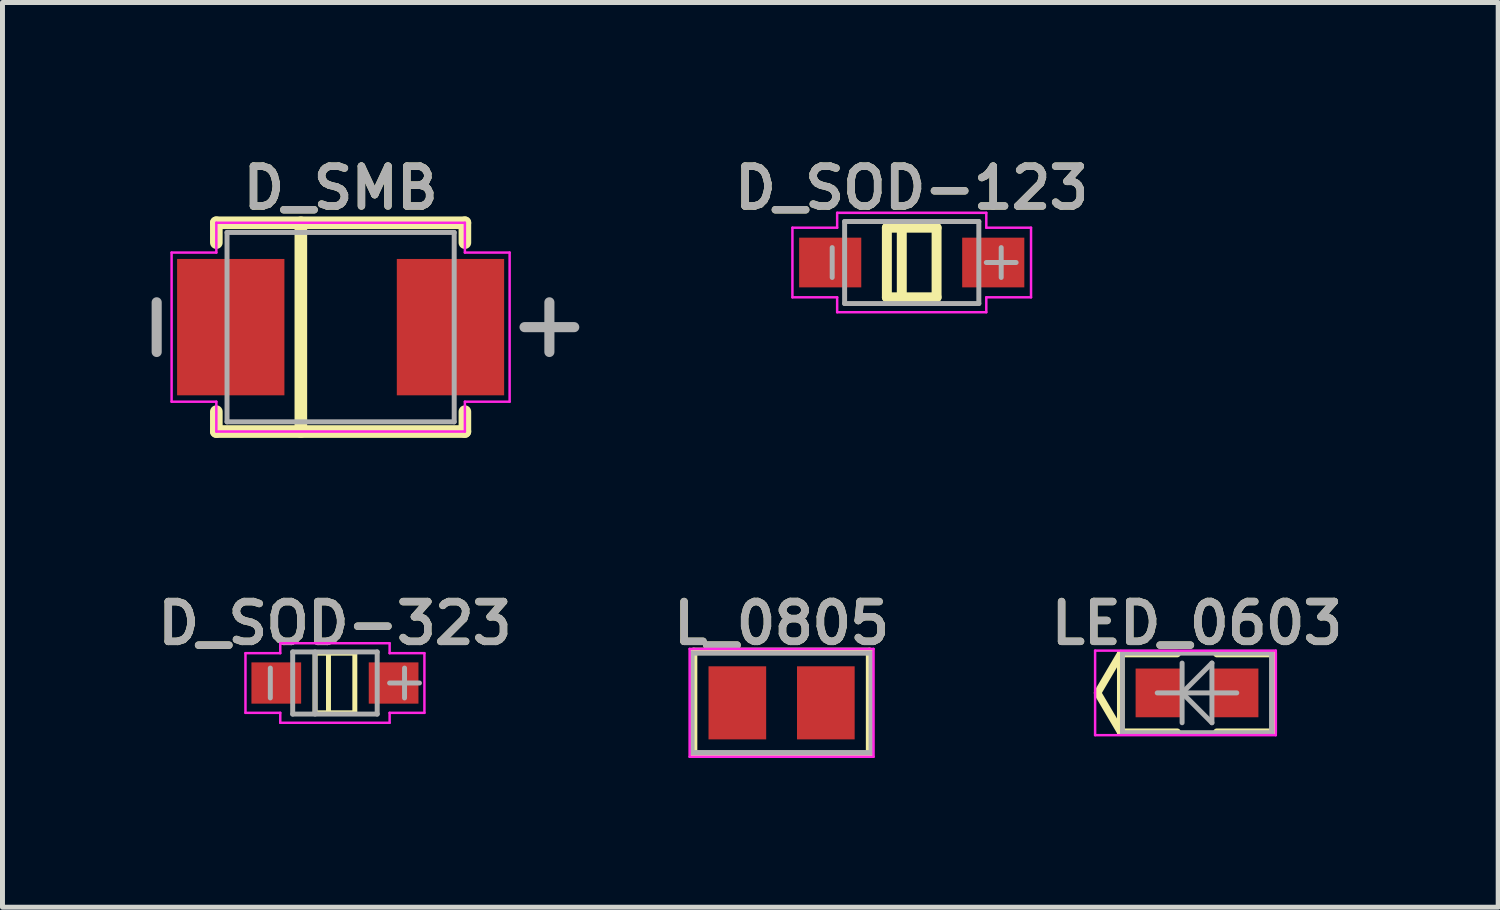
<source format=kicad_pcb>
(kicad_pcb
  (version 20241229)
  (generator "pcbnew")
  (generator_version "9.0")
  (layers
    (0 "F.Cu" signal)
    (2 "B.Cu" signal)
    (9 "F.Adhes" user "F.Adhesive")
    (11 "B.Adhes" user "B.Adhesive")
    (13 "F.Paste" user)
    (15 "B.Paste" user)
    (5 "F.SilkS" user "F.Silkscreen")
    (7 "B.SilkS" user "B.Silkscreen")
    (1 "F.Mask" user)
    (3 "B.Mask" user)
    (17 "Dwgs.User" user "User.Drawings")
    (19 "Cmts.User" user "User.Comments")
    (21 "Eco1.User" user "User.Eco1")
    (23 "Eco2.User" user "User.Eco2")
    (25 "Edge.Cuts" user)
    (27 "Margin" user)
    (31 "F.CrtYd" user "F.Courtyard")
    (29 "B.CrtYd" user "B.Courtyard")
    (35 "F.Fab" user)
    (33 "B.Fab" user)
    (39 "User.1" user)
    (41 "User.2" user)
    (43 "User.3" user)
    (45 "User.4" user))
  (footprint "D_SMB"
    (layer "F.Cu")
    (at 3.802 3.531)
    (property "Reference" "D_SMB" (at 0 -2.8 0) (layer "F.SilkS") (effects (font (size 0.8 0.8) (thickness 0.15))))
    (attr through_hole)
    (fp_line (start -2.5 -2.1) (end 2.5 -2.1) (stroke (width 0.254) (type solid)) (layer "F.SilkS"))
    (fp_line (start -2.5 -1.7) (end -2.5 -2.1) (stroke (width 0.254) (type solid)) (layer "F.SilkS"))
    (fp_line (start -2.5 2.1) (end -2.5 1.7) (stroke (width 0.254) (type solid)) (layer "F.SilkS"))
    (fp_line (start -2.5 2.1) (end 2.5 2.1) (stroke (width 0.254) (type solid)) (layer "F.SilkS"))
    (fp_line (start -0.8 2.1) (end -0.8 -2.1) (stroke (width 0.254) (type solid)) (layer "F.SilkS"))
    (fp_line (start 2.5 -1.7) (end 2.5 -2.1) (stroke (width 0.254) (type solid)) (layer "F.SilkS"))
    (fp_line (start 2.5 2.1) (end 2.5 1.7) (stroke (width 0.254) (type solid)) (layer "F.SilkS"))
    (fp_line (start -3.4 -1.5) (end -2.5 -1.5) (stroke (width 0.05) (type solid)) (layer "F.CrtYd"))
    (fp_line (start -3.4 1.5) (end -3.4 -1.5) (stroke (width 0.05) (type solid)) (layer "F.CrtYd"))
    (fp_line (start -2.5 -2.1) (end 2.5 -2.1) (stroke (width 0.05) (type solid)) (layer "F.CrtYd"))
    (fp_line (start -2.5 -1.5) (end -2.5 -2.1) (stroke (width 0.05) (type solid)) (layer "F.CrtYd"))
    (fp_line (start -2.5 1.5) (end -3.4 1.5) (stroke (width 0.05) (type solid)) (layer "F.CrtYd"))
    (fp_line (start -2.5 2.1) (end -2.5 1.5) (stroke (width 0.05) (type solid)) (layer "F.CrtYd"))
    (fp_line (start 2.5 -2.1) (end 2.5 -1.5) (stroke (width 0.05) (type solid)) (layer "F.CrtYd"))
    (fp_line (start 2.5 -1.5) (end 3.4 -1.5) (stroke (width 0.05) (type solid)) (layer "F.CrtYd"))
    (fp_line (start 2.5 1.5) (end 2.5 2.1) (stroke (width 0.05) (type solid)) (layer "F.CrtYd"))
    (fp_line (start 2.5 2.1) (end -2.5 2.1) (stroke (width 0.05) (type solid)) (layer "F.CrtYd"))
    (fp_line (start 3.4 -1.5) (end 3.4 1.5) (stroke (width 0.05) (type solid)) (layer "F.CrtYd"))
    (fp_line (start 3.4 1.5) (end 2.5 1.5) (stroke (width 0.05) (type solid)) (layer "F.CrtYd"))
    (fp_line (start -3.7 0.5) (end -3.7 -0.5) (stroke (width 0.203) (type solid)) (layer "F.Fab"))
    (fp_line (start -2.285 -1.905) (end 2.285 -1.905) (stroke (width 0.1) (type solid)) (layer "F.Fab"))
    (fp_line (start -2.285 1.905) (end -2.285 -1.905) (stroke (width 0.1) (type solid)) (layer "F.Fab"))
    (fp_line (start -2.285 1.905) (end 2.285 1.905) (stroke (width 0.1) (type solid)) (layer "F.Fab"))
    (fp_line (start 2.285 1.905) (end 2.285 -1.905) (stroke (width 0.1) (type solid)) (layer "F.Fab"))
    (fp_line (start 3.7 0) (end 4.7 0) (stroke (width 0.203) (type solid)) (layer "F.Fab"))
    (fp_line (start 4.2 0.5) (end 4.2 -0.5) (stroke (width 0.203) (type solid)) (layer "F.Fab"))
    (fp_text user "${REFERENCE}" (at 0 -2.8 0) (layer "F.Fab") (effects (font (size 0.8 0.8) (thickness 0.15))))
    (pad "A" smd rect (at 2.21 0 270) (size 2.743 2.159) (layers "F.Cu" "F.Mask" "F.Paste"))
    (pad "K" smd rect (at -2.21 0 270) (size 2.743 2.159) (layers "F.Cu" "F.Mask" "F.Paste")))
  (footprint "L_0805"
    (layer "F.Cu")
    (at 12.673 11.089)
    (property "Reference" "L_0805" (at 0 -1.6 0) (layer "F.SilkS") (effects (font (size 0.8 0.8) (thickness 0.15))))
    (attr smd)
    (fp_line (start -1.77 -1.035) (end 1.77 -1.035) (stroke (width 0.15) (type solid)) (layer "F.SilkS"))
    (fp_line (start -1.77 1.035) (end -1.77 -1.035) (stroke (width 0.15) (type solid)) (layer "F.SilkS"))
    (fp_line (start -1.77 1.035) (end 1.77 1.035) (stroke (width 0.15) (type solid)) (layer "F.SilkS"))
    (fp_line (start 1.77 -1.035) (end 1.77 1.035) (stroke (width 0.15) (type solid)) (layer "F.SilkS"))
    (fp_line (start -1.85 -1.085) (end 1.85 -1.085) (stroke (width 0.05) (type solid)) (layer "F.CrtYd"))
    (fp_line (start -1.85 1.085) (end -1.85 -1.085) (stroke (width 0.05) (type solid)) (layer "F.CrtYd"))
    (fp_line (start 1.85 -1.085) (end 1.85 1.085) (stroke (width 0.05) (type solid)) (layer "F.CrtYd"))
    (fp_line (start 1.85 1.085) (end -1.85 1.085) (stroke (width 0.05) (type solid)) (layer "F.CrtYd"))
    (fp_line (start -1.8 -1) (end 1.8 -1) (stroke (width 0.1) (type solid)) (layer "F.Fab"))
    (fp_line (start -1.8 1) (end -1.8 -1) (stroke (width 0.1) (type solid)) (layer "F.Fab"))
    (fp_line (start -1.8 1) (end 1.8 1) (stroke (width 0.1) (type solid)) (layer "F.Fab"))
    (fp_line (start 1.8 1) (end 1.8 -1) (stroke (width 0.1) (type solid)) (layer "F.Fab"))
    (fp_text user "${REFERENCE}" (at 0 -1.6 0) (layer "F.Fab") (effects (font (size 0.8 0.8) (thickness 0.15))))
    (pad "1" smd rect (at -0.89 0) (size 1.16 1.47) (layers "F.Cu" "F.Mask" "F.Paste"))
    (pad "2" smd rect (at 0.89 0) (size 1.16 1.47) (layers "F.Cu" "F.Mask" "F.Paste")))
  (footprint "D_SOD-123"
    (layer "F.Cu")
    (at 15.291 2.231)
    (property "Reference" "D_SOD-123" (at 0 -1.5 0) (layer "F.SilkS") (effects (font (size 0.8 0.8) (thickness 0.15))))
    (attr through_hole)
    (fp_line (start -0.5 -0.7) (end 0.5 -0.7) (stroke (width 0.2) (type solid)) (layer "F.SilkS"))
    (fp_line (start -0.5 0.7) (end -0.5 -0.7) (stroke (width 0.2) (type solid)) (layer "F.SilkS"))
    (fp_line (start -0.5 0.7) (end 0.5 0.7) (stroke (width 0.2) (type solid)) (layer "F.SilkS"))
    (fp_line (start -0.2 0.7) (end -0.2 -0.7) (stroke (width 0.2) (type solid)) (layer "F.SilkS"))
    (fp_line (start 0.5 0.7) (end 0.5 -0.7) (stroke (width 0.2) (type solid)) (layer "F.SilkS"))
    (fp_line (start -2.4 -0.7) (end -1.5 -0.7) (stroke (width 0.05) (type solid)) (layer "F.CrtYd"))
    (fp_line (start -2.4 0.7) (end -2.4 -0.7) (stroke (width 0.05) (type solid)) (layer "F.CrtYd"))
    (fp_line (start -1.5 -1) (end 1.5 -1) (stroke (width 0.05) (type solid)) (layer "F.CrtYd"))
    (fp_line (start -1.5 -0.7) (end -1.5 -1) (stroke (width 0.05) (type solid)) (layer "F.CrtYd"))
    (fp_line (start -1.5 0.7) (end -2.4 0.7) (stroke (width 0.05) (type solid)) (layer "F.CrtYd"))
    (fp_line (start -1.5 1) (end -1.5 0.7) (stroke (width 0.05) (type solid)) (layer "F.CrtYd"))
    (fp_line (start 1.5 -1) (end 1.5 -0.7) (stroke (width 0.05) (type solid)) (layer "F.CrtYd"))
    (fp_line (start 1.5 -0.7) (end 2.4 -0.7) (stroke (width 0.05) (type solid)) (layer "F.CrtYd"))
    (fp_line (start 1.5 0.7) (end 1.5 1) (stroke (width 0.05) (type solid)) (layer "F.CrtYd"))
    (fp_line (start 1.5 1) (end -1.5 1) (stroke (width 0.05) (type solid)) (layer "F.CrtYd"))
    (fp_line (start 2.4 -0.7) (end 2.4 0.7) (stroke (width 0.05) (type solid)) (layer "F.CrtYd"))
    (fp_line (start 2.4 0.7) (end 1.5 0.7) (stroke (width 0.05) (type solid)) (layer "F.CrtYd"))
    (fp_line (start -1.6 0.3) (end -1.6 -0.3) (stroke (width 0.1) (type solid)) (layer "F.Fab"))
    (fp_line (start -1.35 -0.825) (end 1.35 -0.825) (stroke (width 0.1) (type solid)) (layer "F.Fab"))
    (fp_line (start -1.35 0.825) (end -1.35 -0.825) (stroke (width 0.1) (type solid)) (layer "F.Fab"))
    (fp_line (start -1.35 0.825) (end 1.35 0.825) (stroke (width 0.1) (type solid)) (layer "F.Fab"))
    (fp_line (start 1.35 0.825) (end 1.35 -0.825) (stroke (width 0.1) (type solid)) (layer "F.Fab"))
    (fp_line (start 1.5 0) (end 2.1 0) (stroke (width 0.1) (type solid)) (layer "F.Fab"))
    (fp_line (start 1.8 0.3) (end 1.8 -0.3) (stroke (width 0.1) (type solid)) (layer "F.Fab"))
    (fp_text user "${REFERENCE}" (at 0 -1.5 0) (layer "F.Fab") (effects (font (size 0.8 0.8) (thickness 0.15))))
    (pad "A" smd rect (at -1.64 0 180) (size 1.25 1) (layers "F.Cu" "F.Mask" "F.Paste"))
    (pad "K" smd rect (at 1.64 0 180) (size 1.25 1) (layers "F.Cu" "F.Mask" "F.Paste")))
  (footprint "LED_0603"
    (layer "F.Cu")
    (at 21.03 10.889)
    (property "Reference" "LED_0603" (at 0 -1.4 0) (layer "F.SilkS") (effects (font (size 0.8 0.8) (thickness 0.15))))
    (attr smd)
    (fp_line (start -2 0) (end -1.535 -0.79) (stroke (width 0.15) (type solid)) (layer "F.SilkS"))
    (fp_line (start -2 0) (end -1.535 0.79) (stroke (width 0.15) (type solid)) (layer "F.SilkS"))
    (fp_line (start -1.535 -0.79) (end -0.4 -0.79) (stroke (width 0.15) (type solid)) (layer "F.SilkS"))
    (fp_line (start -1.535 0.79) (end -1.535 -0.79) (stroke (width 0.15) (type solid)) (layer "F.SilkS"))
    (fp_line (start -1.535 0.79) (end -0.4 0.79) (stroke (width 0.15) (type solid)) (layer "F.SilkS"))
    (fp_line (start 0.4 -0.79) (end 1.535 -0.79) (stroke (width 0.15) (type solid)) (layer "F.SilkS"))
    (fp_line (start 0.4 0.79) (end 1.535 0.79) (stroke (width 0.15) (type solid)) (layer "F.SilkS"))
    (fp_line (start 1.535 0.79) (end 1.535 -0.79) (stroke (width 0.15) (type solid)) (layer "F.SilkS"))
    (fp_line (start -2.05 -0.85) (end 1.585 -0.85) (stroke (width 0.05) (type solid)) (layer "F.CrtYd"))
    (fp_line (start -2.05 0.85) (end -2.05 -0.85) (stroke (width 0.05) (type solid)) (layer "F.CrtYd"))
    (fp_line (start 1.585 -0.85) (end 1.585 0.85) (stroke (width 0.05) (type solid)) (layer "F.CrtYd"))
    (fp_line (start 1.585 0.85) (end -2.05 0.85) (stroke (width 0.05) (type solid)) (layer "F.CrtYd"))
    (fp_line (start -1.5 -0.8) (end 1.5 -0.8) (stroke (width 0.1) (type solid)) (layer "F.Fab"))
    (fp_line (start -1.5 0.8) (end -1.5 -0.8) (stroke (width 0.1) (type solid)) (layer "F.Fab"))
    (fp_line (start -1.5 0.8) (end -1.5 0.8) (stroke (width 0.1) (type solid)) (layer "F.Fab"))
    (fp_line (start -1.5 0.8) (end 1.5 0.8) (stroke (width 0.1) (type solid)) (layer "F.Fab"))
    (fp_line (start -0.8 0) (end 0.8 0) (stroke (width 0.1) (type solid)) (layer "F.Fab"))
    (fp_line (start -0.3 0) (end -0.3 0) (stroke (width 0.1) (type solid)) (layer "F.Fab"))
    (fp_line (start -0.3 0) (end 0.3 -0.6) (stroke (width 0.1) (type solid)) (layer "F.Fab"))
    (fp_line (start -0.3 0) (end 0.3 0.6) (stroke (width 0.1) (type solid)) (layer "F.Fab"))
    (fp_line (start -0.3 0.6) (end -0.3 -0.6) (stroke (width 0.1) (type solid)) (layer "F.Fab"))
    (fp_line (start 0.3 0.6) (end 0.3 -0.6) (stroke (width 0.1) (type solid)) (layer "F.Fab"))
    (fp_line (start 1.5 0.8) (end 1.5 -0.8) (stroke (width 0.1) (type solid)) (layer "F.Fab"))
    (fp_text user "${REFERENCE}" (at 0 -1.4 0) (layer "F.Fab") (effects (font (size 0.8 0.8) (thickness 0.15))))
    (pad "A" smd rect (at 0.77 0 180) (size 0.93 0.98) (layers "F.Cu" "F.Mask" "F.Paste"))
    (pad "K" smd rect (at -0.77 0 180) (size 0.93 0.98) (layers "F.Cu" "F.Mask" "F.Paste")))
  (footprint "D_SOD-323"
    (layer "F.Cu")
    (at 3.688 10.69)
    (property "Reference" "D_SOD-323" (at 0 -1.2 0) (layer "F.SilkS") (effects (font (size 0.8 0.8) (thickness 0.15))))
    (attr smd)
    (fp_line (start -0.4 -0.6) (end 0.4 -0.6) (stroke (width 0.1) (type solid)) (layer "F.SilkS"))
    (fp_line (start -0.4 0.6) (end -0.4 -0.6) (stroke (width 0.1) (type solid)) (layer "F.SilkS"))
    (fp_line (start -0.4 0.6) (end 0.4 0.6) (stroke (width 0.1) (type solid)) (layer "F.SilkS"))
    (fp_line (start -0.13 0.6) (end -0.13 -0.6) (stroke (width 0.1) (type solid)) (layer "F.SilkS"))
    (fp_line (start 0.4 0.6) (end 0.4 -0.6) (stroke (width 0.1) (type solid)) (layer "F.SilkS"))
    (fp_line (start -1.8 -0.6) (end -1.8 0.6) (stroke (width 0.05) (type solid)) (layer "F.CrtYd"))
    (fp_line (start -1.8 0.6) (end -1.1 0.6) (stroke (width 0.05) (type solid)) (layer "F.CrtYd"))
    (fp_line (start -1.1 -0.8) (end -1.1 -0.6) (stroke (width 0.05) (type solid)) (layer "F.CrtYd"))
    (fp_line (start -1.1 -0.6) (end -1.8 -0.6) (stroke (width 0.05) (type solid)) (layer "F.CrtYd"))
    (fp_line (start -1.1 0.6) (end -1.1 0.8) (stroke (width 0.05) (type solid)) (layer "F.CrtYd"))
    (fp_line (start -1.1 0.8) (end 1.1 0.8) (stroke (width 0.05) (type solid)) (layer "F.CrtYd"))
    (fp_line (start 1.1 -0.8) (end -1.1 -0.8) (stroke (width 0.05) (type solid)) (layer "F.CrtYd"))
    (fp_line (start 1.1 -0.6) (end 1.1 -0.8) (stroke (width 0.05) (type solid)) (layer "F.CrtYd"))
    (fp_line (start 1.1 0.6) (end 1.8 0.6) (stroke (width 0.05) (type solid)) (layer "F.CrtYd"))
    (fp_line (start 1.1 0.8) (end 1.1 0.6) (stroke (width 0.05) (type solid)) (layer "F.CrtYd"))
    (fp_line (start 1.8 -0.6) (end 1.1 -0.6) (stroke (width 0.05) (type solid)) (layer "F.CrtYd"))
    (fp_line (start 1.8 0.6) (end 1.8 -0.6) (stroke (width 0.05) (type solid)) (layer "F.CrtYd"))
    (fp_line (start -1.3 0.3) (end -1.3 -0.3) (stroke (width 0.1) (type solid)) (layer "F.Fab"))
    (fp_line (start -0.85 -0.625) (end 0.85 -0.625) (stroke (width 0.1) (type solid)) (layer "F.Fab"))
    (fp_line (start -0.85 0.625) (end -0.85 -0.625) (stroke (width 0.1) (type solid)) (layer "F.Fab"))
    (fp_line (start -0.85 0.625) (end 0.85 0.625) (stroke (width 0.1) (type solid)) (layer "F.Fab"))
    (fp_line (start -0.4 0.625) (end -0.4 -0.625) (stroke (width 0.1) (type solid)) (layer "F.Fab"))
    (fp_line (start 0.85 0.625) (end 0.85 -0.625) (stroke (width 0.1) (type solid)) (layer "F.Fab"))
    (fp_line (start 1.1 0) (end 1.7 0) (stroke (width 0.1) (type solid)) (layer "F.Fab"))
    (fp_line (start 1.4 0.3) (end 1.4 -0.3) (stroke (width 0.1) (type solid)) (layer "F.Fab"))
    (fp_text user "${REFERENCE}" (at 0 -1.2 0) (layer "F.Fab") (effects (font (size 0.8 0.8) (thickness 0.15))))
    (pad "A" smd rect (at 1.18 0) (size 1 0.83) (layers "F.Cu" "F.Mask" "F.Paste"))
    (pad "K" smd rect (at -1.18 0) (size 1 0.83) (layers "F.Cu" "F.Mask" "F.Paste")))
  (gr_rect
    (start -3 -3)
    (end 27.089 15.2)
    (stroke (width 0.1) (type default))
    (fill no)
    (layer "Edge.Cuts")))
</source>
